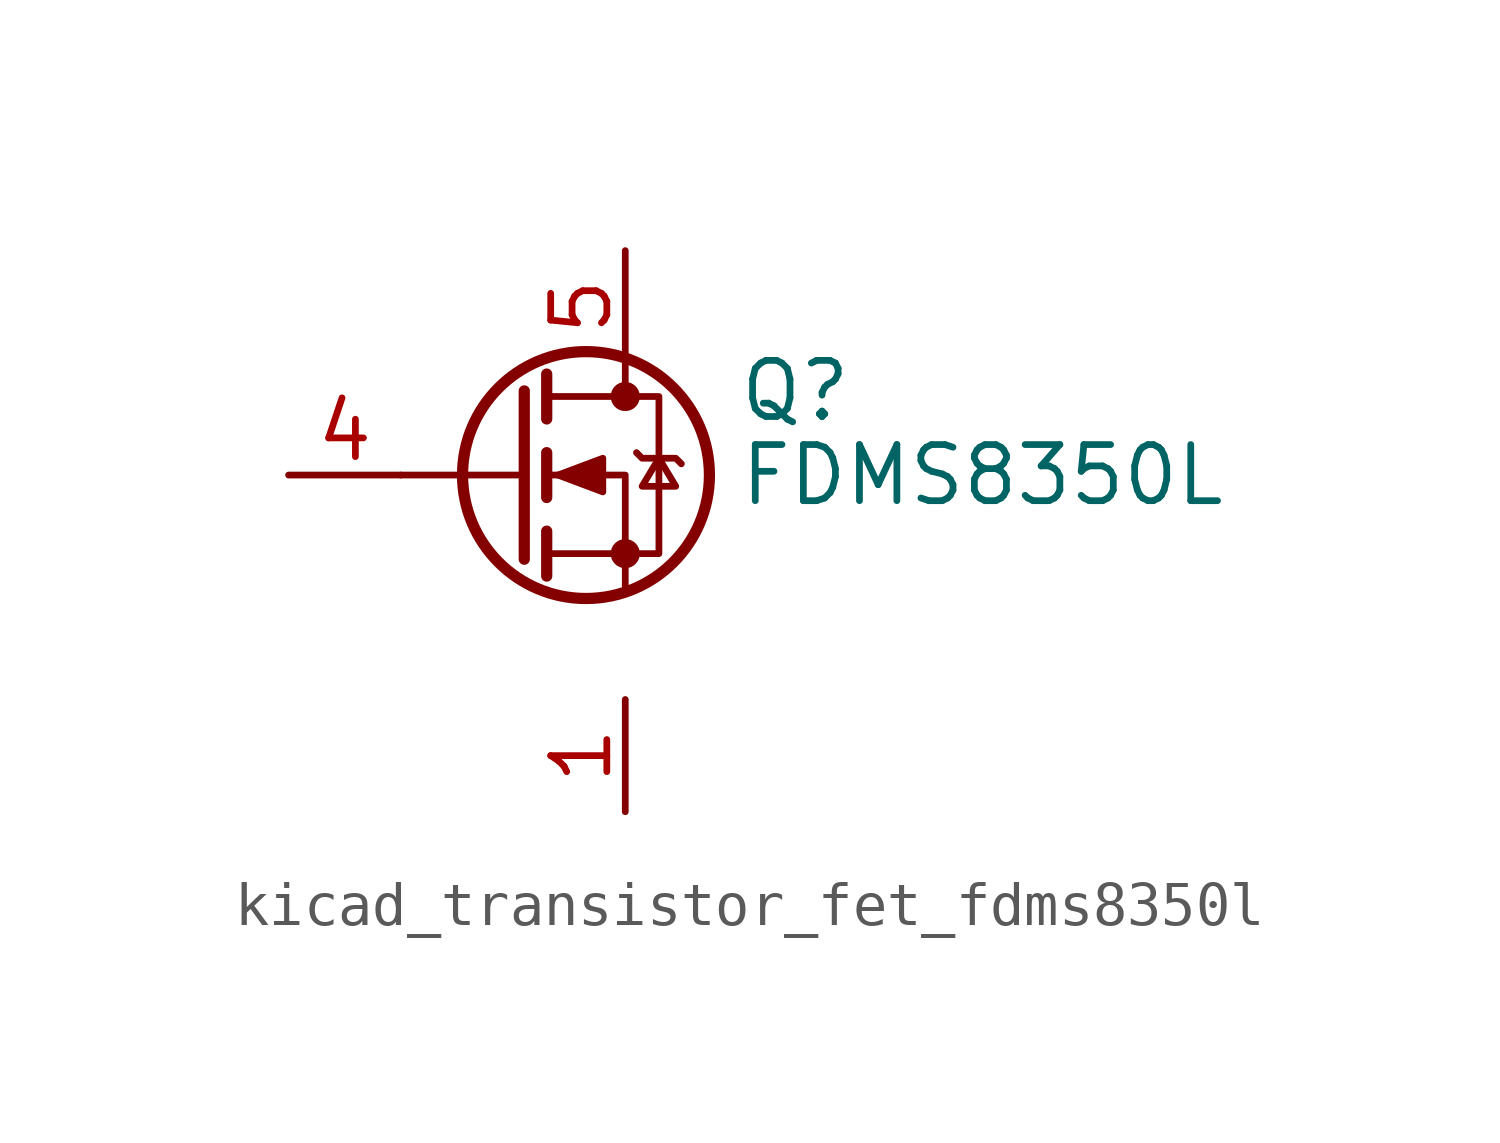
<source format=kicad_sym>
(kicad_symbol_lib
  (version 20220914)
  (generator kicad_symbol_editor)
  (symbol "kicad_transistor_fet_fdms8350l"
    (pin_names hide)
    (property "Reference" "Q"
      (at 5.08 1.905 0)
      (effects (font (size 1.27 1.27)) (justify left)))
    (property "Value" "FDMS8350L"
      (at 5.08 0 0)
      (effects (font (size 1.27 1.27)) (justify left)))
    (symbol "kicad_transistor_fet_fdms8350l_0_1"
      (polyline (pts (xy 0.254 0) (xy -2.54 0)) (stroke (width 0) (type default)) (fill (type none)))
      (polyline (pts (xy 0.254 1.905) (xy 0.254 -1.905)) (stroke (width 0.254) (type default)) (fill (type none)))
      (polyline (pts (xy 0.762 -1.27) (xy 0.762 -2.286)) (stroke (width 0.254) (type default)) (fill (type none)))
      (polyline (pts (xy 0.762 0.508) (xy 0.762 -0.508)) (stroke (width 0.254) (type default)) (fill (type none)))
      (polyline (pts (xy 0.762 2.286) (xy 0.762 1.27)) (stroke (width 0.254) (type default)) (fill (type none)))
      (polyline (pts (xy 2.54 2.54) (xy 2.54 1.778)) (stroke (width 0) (type default)) (fill (type none)))
      (polyline (pts (xy 2.54 -2.54) (xy 2.54 0) (xy 0.762 0)) (stroke (width 0) (type default)) (fill (type none)))
      (polyline (pts (xy 0.762 -1.778) (xy 3.302 -1.778) (xy 3.302 1.778) (xy 0.762 1.778)) (stroke (width 0) (type default)) (fill (type none)))
      (polyline (pts (xy 1.016 0) (xy 2.032 0.381) (xy 2.032 -0.381) (xy 1.016 0)) (stroke (width 0) (type default)) (fill (type outline)))
      (polyline (pts (xy 2.794 0.508) (xy 2.921 0.381) (xy 3.683 0.381) (xy 3.81 0.254)) (stroke (width 0) (type default)) (fill (type none)))
      (polyline (pts (xy 3.302 0.381) (xy 2.921 -0.254) (xy 3.683 -0.254) (xy 3.302 0.381)) (stroke (width 0) (type default)) (fill (type none)))
      (circle (center 1.651 0) (radius 2.794) (stroke (width 0.254) (type default)) (fill (type none)))
      (circle (center 2.54 -1.778) (radius 0.254) (stroke (width 0) (type default)) (fill (type outline)))
      (circle (center 2.54 1.778) (radius 0.254) (stroke (width 0) (type default)) (fill (type outline))))
    (symbol "kicad_transistor_fet_fdms8350l_1_1"
      (pin passive line (at 2.54 -5.08 270) (length 2.54) (name "S" (effects (font (size 1.27 1.27)))) (number "1" (effects (font (size 1.27 1.27)))))
      (pin passive line (at 2.54 -5.08 270) (length 2.54) hide (name "S" (effects (font (size 1.27 1.27)))) (number "2" (effects (font (size 1.27 1.27)))))
      (pin passive line (at 2.54 -5.08 90) (length 2.54) hide (name "S" (effects (font (size 1.27 1.27)))) (number "3" (effects (font (size 1.27 1.27)))))
      (pin passive line (at -5.08 0 0) (length 2.54) (name "G" (effects (font (size 1.27 1.27)))) (number "4" (effects (font (size 1.27 1.27)))))
      (pin passive line (at 2.54 5.08 270) (length 2.54) (name "D" (effects (font (size 1.27 1.27)))) (number "5" (effects (font (size 1.27 1.27))))))))
</source>
